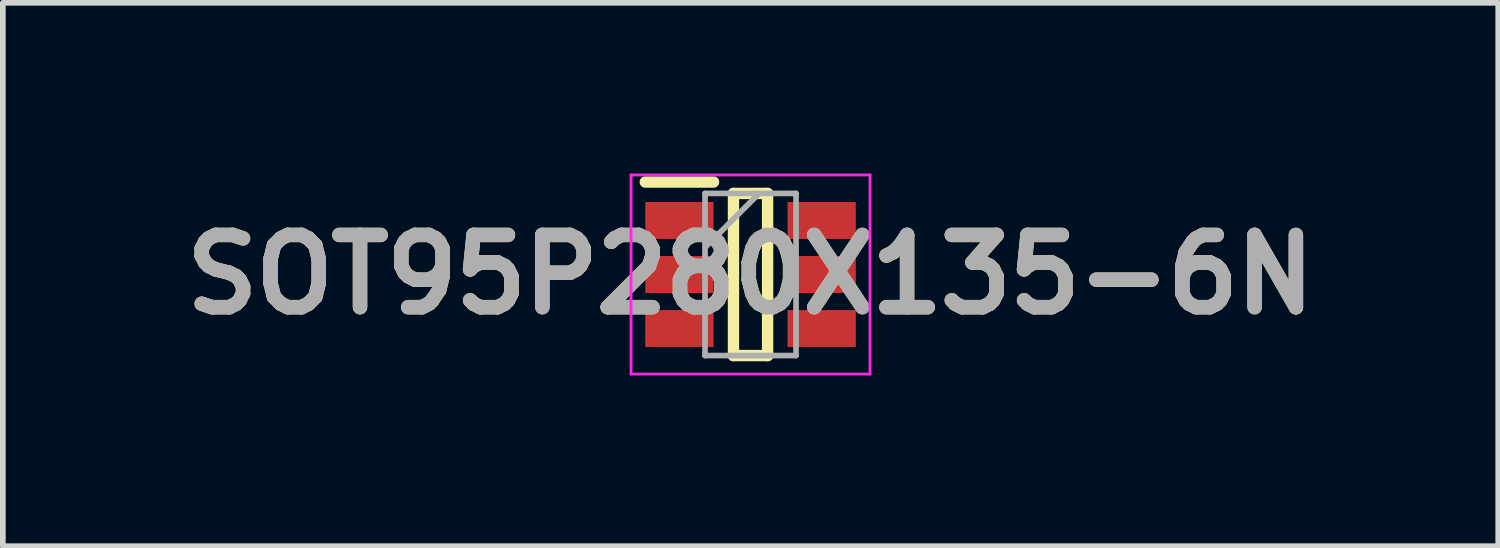
<source format=kicad_pcb>
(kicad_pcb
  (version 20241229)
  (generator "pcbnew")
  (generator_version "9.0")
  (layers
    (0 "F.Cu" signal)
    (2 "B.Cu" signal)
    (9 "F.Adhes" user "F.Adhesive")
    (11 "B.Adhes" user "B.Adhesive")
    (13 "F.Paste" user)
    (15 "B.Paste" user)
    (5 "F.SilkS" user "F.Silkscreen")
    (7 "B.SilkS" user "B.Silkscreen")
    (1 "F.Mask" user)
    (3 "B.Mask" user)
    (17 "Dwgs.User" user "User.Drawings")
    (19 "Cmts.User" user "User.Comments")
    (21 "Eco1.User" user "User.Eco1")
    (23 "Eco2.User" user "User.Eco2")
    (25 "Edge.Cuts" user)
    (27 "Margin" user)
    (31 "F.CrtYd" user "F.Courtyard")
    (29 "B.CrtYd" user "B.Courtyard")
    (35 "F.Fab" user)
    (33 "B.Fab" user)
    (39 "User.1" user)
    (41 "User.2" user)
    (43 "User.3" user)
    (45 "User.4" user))
  (footprint "SOT95P280X135-6N"
    (layer "F.Cu")
    (at 10.142 1.775)
    (property "Reference" "SOT95P280X135-6N" (at 0 0 0) (layer "F.SilkS") (effects (font (size 1.27 1.27) (thickness 0.254))))
    (attr smd)
    (fp_line (start -1.85 -1.625) (end -0.65 -1.625) (stroke (width 0.2) (type solid)) (layer "F.SilkS"))
    (fp_line (start -0.3 -1.425) (end 0.3 -1.425) (stroke (width 0.2) (type solid)) (layer "F.SilkS"))
    (fp_line (start -0.3 1.425) (end -0.3 -1.425) (stroke (width 0.2) (type solid)) (layer "F.SilkS"))
    (fp_line (start 0.3 -1.425) (end 0.3 1.425) (stroke (width 0.2) (type solid)) (layer "F.SilkS"))
    (fp_line (start 0.3 1.425) (end -0.3 1.425) (stroke (width 0.2) (type solid)) (layer "F.SilkS"))
    (fp_line (start -2.1 -1.75) (end 2.1 -1.75) (stroke (width 0.05) (type solid)) (layer "F.CrtYd"))
    (fp_line (start -2.1 1.75) (end -2.1 -1.75) (stroke (width 0.05) (type solid)) (layer "F.CrtYd"))
    (fp_line (start 2.1 -1.75) (end 2.1 1.75) (stroke (width 0.05) (type solid)) (layer "F.CrtYd"))
    (fp_line (start 2.1 1.75) (end -2.1 1.75) (stroke (width 0.05) (type solid)) (layer "F.CrtYd"))
    (fp_line (start -0.8 -1.425) (end 0.8 -1.425) (stroke (width 0.1) (type solid)) (layer "F.Fab"))
    (fp_line (start -0.8 -0.475) (end 0.15 -1.425) (stroke (width 0.1) (type solid)) (layer "F.Fab"))
    (fp_line (start -0.8 1.425) (end -0.8 -1.425) (stroke (width 0.1) (type solid)) (layer "F.Fab"))
    (fp_line (start 0.8 -1.425) (end 0.8 1.425) (stroke (width 0.1) (type solid)) (layer "F.Fab"))
    (fp_line (start 0.8 1.425) (end -0.8 1.425) (stroke (width 0.1) (type solid)) (layer "F.Fab"))
    (fp_text user "${REFERENCE}" (at 0 0 0) (layer "F.Fab") (effects (font (size 1.27 1.27) (thickness 0.254))))
    (pad "1" smd rect (at -1.25 -0.95 90) (size 0.65 1.2) (layers "F.Cu" "F.Mask" "F.Paste"))
    (pad "2" smd rect (at -1.25 0 90) (size 0.65 1.2) (layers "F.Cu" "F.Mask" "F.Paste"))
    (pad "3" smd rect (at -1.25 0.95 90) (size 0.65 1.2) (layers "F.Cu" "F.Mask" "F.Paste"))
    (pad "4" smd rect (at 1.25 0.95 90) (size 0.65 1.2) (layers "F.Cu" "F.Mask" "F.Paste"))
    (pad "5" smd rect (at 1.25 0 90) (size 0.65 1.2) (layers "F.Cu" "F.Mask" "F.Paste"))
    (pad "6" smd rect (at 1.25 -0.95 90) (size 0.65 1.2) (layers "F.Cu" "F.Mask" "F.Paste")))
  (gr_rect
    (start -3 -3)
    (end 23.284 6.55)
    (stroke (width 0.1) (type default))
    (fill no)
    (layer "Edge.Cuts")))
</source>
